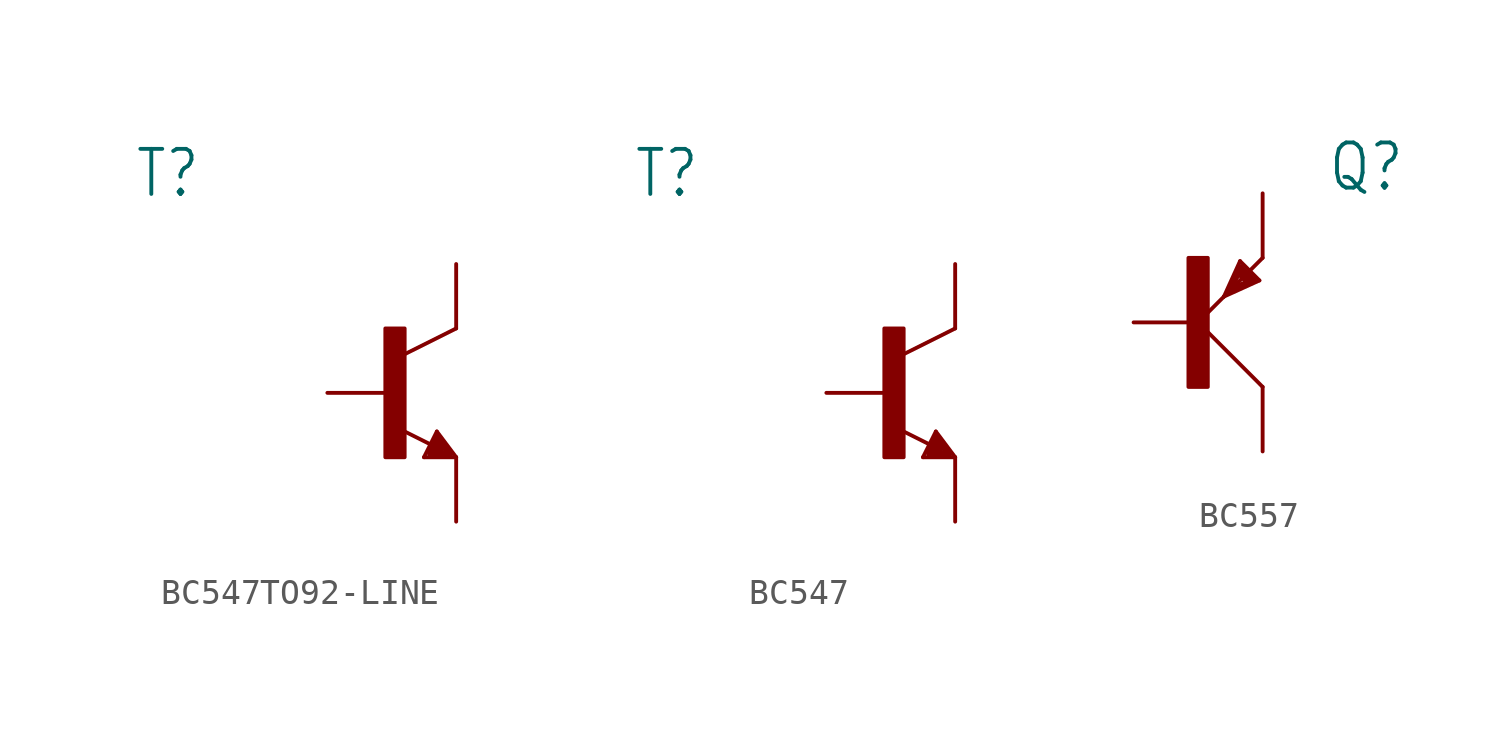
<source format=kicad_sym>
(kicad_symbol_lib
  (version 20231120)
  (generator "kicad_symbol_editor")
  (generator_version "8.0")
  (symbol "BC547TO92-LINE"
    (property "Reference" "T"
      (at -10.16 7.62 0)
      (effects (font (size 1.778 1.511)) (justify left bottom)))
    (property "Value" ""
      (at -10.16 5.08 0)
      (effects (font (size 1.778 1.511)) (justify left bottom)))
    (property "ki_locked" ""
      (at 0 0 0)
      (effects (font (size 1.27 1.27))))
    (symbol "BC547TO92-LINE_1_0"
      (rectangle (start -0.254 -2.54) (end 0.508 2.54) (stroke (width 0) (type default)) (fill (type outline)))
      (polyline (pts (xy 1.27 -2.54) (xy 1.778 -1.524)) (stroke (width 0.152) (type solid)) (fill (type none)))
      (polyline (pts (xy 1.524 -2.413) (xy 2.286 -2.413)) (stroke (width 0.254) (type solid)) (fill (type none)))
      (polyline (pts (xy 1.524 -2.286) (xy 1.905 -2.286)) (stroke (width 0.254) (type solid)) (fill (type none)))
      (polyline (pts (xy 1.54 -2.04) (xy 0.308 -1.424)) (stroke (width 0.152) (type solid)) (fill (type none)))
      (polyline (pts (xy 1.778 -1.778) (xy 1.524 -2.286)) (stroke (width 0.254) (type solid)) (fill (type none)))
      (polyline (pts (xy 1.778 -1.524) (xy 2.54 -2.54)) (stroke (width 0.152) (type solid)) (fill (type none)))
      (polyline (pts (xy 1.905 -2.286) (xy 1.778 -2.032)) (stroke (width 0.254) (type solid)) (fill (type none)))
      (polyline (pts (xy 2.286 -2.413) (xy 1.778 -1.778)) (stroke (width 0.254) (type solid)) (fill (type none)))
      (polyline (pts (xy 2.54 -2.54) (xy 1.27 -2.54)) (stroke (width 0.152) (type solid)) (fill (type none)))
      (polyline (pts (xy 2.54 2.54) (xy 0.508 1.524)) (stroke (width 0.152) (type solid)) (fill (type none)))
      (pin passive line (at 2.54 -5.08 90) (length 2.54) (name "E" (effects (font (size 0 0)))) (number "1" (effects (font (size 0 0)))))
      (pin passive line (at -2.54 0 0) (length 2.54) (name "B" (effects (font (size 0 0)))) (number "2" (effects (font (size 0 0)))))
      (pin passive line (at 2.54 5.08 270) (length 2.54) (name "C" (effects (font (size 0 0)))) (number "3" (effects (font (size 0 0)))))))
  (symbol "BC547"
    (property "Reference" "T"
      (at -10.16 7.62 0)
      (effects (font (size 1.778 1.511)) (justify left bottom)))
    (property "Value" ""
      (at -10.16 5.08 0)
      (effects (font (size 1.778 1.511)) (justify left bottom)))
    (property "ki_locked" ""
      (at 0 0 0)
      (effects (font (size 1.27 1.27))))
    (symbol "BC547_1_0"
      (rectangle (start -0.254 -2.54) (end 0.508 2.54) (stroke (width 0) (type default)) (fill (type outline)))
      (polyline (pts (xy 1.27 -2.54) (xy 1.778 -1.524)) (stroke (width 0.152) (type solid)) (fill (type none)))
      (polyline (pts (xy 1.524 -2.413) (xy 2.286 -2.413)) (stroke (width 0.254) (type solid)) (fill (type none)))
      (polyline (pts (xy 1.524 -2.286) (xy 1.905 -2.286)) (stroke (width 0.254) (type solid)) (fill (type none)))
      (polyline (pts (xy 1.54 -2.04) (xy 0.308 -1.424)) (stroke (width 0.152) (type solid)) (fill (type none)))
      (polyline (pts (xy 1.778 -1.778) (xy 1.524 -2.286)) (stroke (width 0.254) (type solid)) (fill (type none)))
      (polyline (pts (xy 1.778 -1.524) (xy 2.54 -2.54)) (stroke (width 0.152) (type solid)) (fill (type none)))
      (polyline (pts (xy 1.905 -2.286) (xy 1.778 -2.032)) (stroke (width 0.254) (type solid)) (fill (type none)))
      (polyline (pts (xy 2.286 -2.413) (xy 1.778 -1.778)) (stroke (width 0.254) (type solid)) (fill (type none)))
      (polyline (pts (xy 2.54 -2.54) (xy 1.27 -2.54)) (stroke (width 0.152) (type solid)) (fill (type none)))
      (polyline (pts (xy 2.54 2.54) (xy 0.508 1.524)) (stroke (width 0.152) (type solid)) (fill (type none)))
      (pin passive line (at 2.54 -5.08 90) (length 2.54) (name "E" (effects (font (size 0 0)))) (number "1" (effects (font (size 0 0)))))
      (pin passive line (at -2.54 0 0) (length 2.54) (name "B" (effects (font (size 0 0)))) (number "2" (effects (font (size 0 0)))))
      (pin passive line (at 2.54 5.08 270) (length 2.54) (name "C" (effects (font (size 0 0)))) (number "3" (effects (font (size 0 0)))))))
  (symbol "BC557"
    (property "Reference" "Q"
      (at 5.08 5.08 0)
      (effects (font (size 1.778 1.511)) (justify left bottom)))
    (property "Value" ""
      (at 5.08 2.54 0)
      (effects (font (size 1.778 1.511)) (justify left bottom)))
    (property "ki_locked" ""
      (at 0 0 0)
      (effects (font (size 1.27 1.27))))
    (symbol "BC557_1_0"
      (rectangle (start -0.381 -2.54) (end 0.381 2.54) (stroke (width 0) (type default)) (fill (type outline)))
      (polyline (pts (xy 0 0) (xy 1.016 1.016)) (stroke (width 0.152) (type solid)) (fill (type none)))
      (polyline (pts (xy 1.016 1.016) (xy 1.27 1.27)) (stroke (width 0.152) (type solid)) (fill (type none)))
      (polyline (pts (xy 1.016 1.016) (xy 2.413 1.651)) (stroke (width 0.152) (type solid)) (fill (type none)))
      (polyline (pts (xy 1.27 1.27) (xy 1.651 2.159)) (stroke (width 0.254) (type solid)) (fill (type none)))
      (polyline (pts (xy 1.27 1.27) (xy 2.54 2.54)) (stroke (width 0.152) (type solid)) (fill (type none)))
      (polyline (pts (xy 1.651 1.905) (xy 1.905 1.651)) (stroke (width 0.254) (type solid)) (fill (type none)))
      (polyline (pts (xy 1.651 2.159) (xy 2.159 1.651)) (stroke (width 0.254) (type solid)) (fill (type none)))
      (polyline (pts (xy 1.651 2.413) (xy 1.016 1.016)) (stroke (width 0.152) (type solid)) (fill (type none)))
      (polyline (pts (xy 2.159 1.651) (xy 1.27 1.27)) (stroke (width 0.254) (type solid)) (fill (type none)))
      (polyline (pts (xy 2.413 1.651) (xy 1.651 2.413)) (stroke (width 0.152) (type solid)) (fill (type none)))
      (polyline (pts (xy 2.54 -2.54) (xy 0 0)) (stroke (width 0.152) (type solid)) (fill (type none)))
      (pin passive line (at -2.54 0 0) (length 2.54) (name "B" (effects (font (size 0 0)))) (number "B" (effects (font (size 0 0)))))
      (pin passive line (at 2.54 -5.08 90) (length 2.54) (name "C" (effects (font (size 0 0)))) (number "C" (effects (font (size 0 0)))))
      (pin passive line (at 2.54 5.08 270) (length 2.54) (name "E" (effects (font (size 0 0)))) (number "E" (effects (font (size 0 0))))))))
</source>
